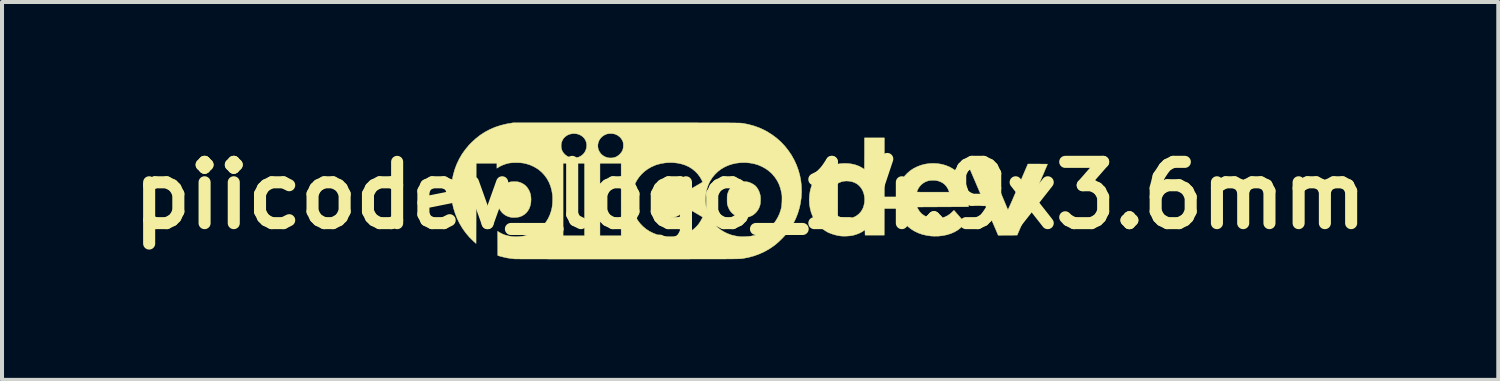
<source format=kicad_pcb>
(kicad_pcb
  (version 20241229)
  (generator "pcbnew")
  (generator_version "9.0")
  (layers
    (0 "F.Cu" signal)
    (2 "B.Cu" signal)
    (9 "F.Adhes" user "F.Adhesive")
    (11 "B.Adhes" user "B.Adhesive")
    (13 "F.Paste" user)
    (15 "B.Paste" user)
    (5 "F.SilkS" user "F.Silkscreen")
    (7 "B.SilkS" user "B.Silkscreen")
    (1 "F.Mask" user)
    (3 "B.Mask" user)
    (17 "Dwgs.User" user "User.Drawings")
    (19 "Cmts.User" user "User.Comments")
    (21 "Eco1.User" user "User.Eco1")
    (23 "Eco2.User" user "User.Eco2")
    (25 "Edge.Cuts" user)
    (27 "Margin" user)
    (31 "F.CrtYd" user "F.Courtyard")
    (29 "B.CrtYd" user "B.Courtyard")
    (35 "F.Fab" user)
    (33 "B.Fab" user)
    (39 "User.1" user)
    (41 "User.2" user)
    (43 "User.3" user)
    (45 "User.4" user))
  (footprint "piicodev_logo_14.9x3.6mm"
    (layer "F.Cu")
    (at 15.61 1.811)
    (property "Reference" "piicodev_logo_14.9x3.6mm" (at 0 0 0) (layer "F.SilkS") (effects (font (size 1.524 1.524) (thickness 0.3))))
    (attr through_hole)
    (fp_poly (pts (xy -5.81 -0.341) (xy -5.77 -0.336) (xy -5.755 -0.333) (xy -5.689 -0.309) (xy -5.629 -0.276) (xy -5.577 -0.233) (xy -5.533 -0.181) (xy -5.5 -0.124) (xy -5.478 -0.074) (xy -5.463 -0.026) (xy -5.455 0.023) (xy -5.451 0.079) (xy -5.45 0.102) (xy -5.455 0.181) (xy -5.47 0.255) (xy -5.494 0.321) (xy -5.527 0.381) (xy -5.569 0.433) (xy -5.619 0.476) (xy -5.676 0.51) (xy -5.741 0.535) (xy -5.746 0.536) (xy -5.773 0.541) (xy -5.808 0.545) (xy -5.847 0.548) (xy -5.886 0.549) (xy -5.921 0.548) (xy -5.948 0.546) (xy -5.949 0.545) (xy -6.018 0.527) (xy -6.081 0.498) (xy -6.137 0.459) (xy -6.165 0.434) (xy -6.21 0.379) (xy -6.245 0.318) (xy -6.269 0.25) (xy -6.283 0.176) (xy -6.287 0.095) (xy -6.286 0.072) (xy -6.277 -0.006) (xy -6.258 -0.077) (xy -6.229 -0.142) (xy -6.192 -0.198) (xy -6.145 -0.246) (xy -6.091 -0.286) (xy -6.028 -0.317) (xy -5.978 -0.333) (xy -5.943 -0.339) (xy -5.9 -0.342) (xy -5.854 -0.343) (xy -5.81 -0.341)) (stroke (width 0.01) (type solid)) (fill yes) (layer "F.SilkS"))
    (fp_poly (pts (xy -0.104 -0.341) (xy -0.065 -0.336) (xy -0.05 -0.333) (xy -0.008 -0.319) (xy 0.035 -0.3) (xy 0.076 -0.277) (xy 0.111 -0.254) (xy 0.122 -0.245) (xy 0.162 -0.203) (xy 0.196 -0.151) (xy 0.225 -0.092) (xy 0.245 -0.029) (xy 0.254 0.014) (xy 0.258 0.05) (xy 0.259 0.092) (xy 0.258 0.138) (xy 0.255 0.182) (xy 0.25 0.221) (xy 0.245 0.245) (xy 0.22 0.314) (xy 0.185 0.375) (xy 0.141 0.429) (xy 0.137 0.433) (xy 0.089 0.475) (xy 0.038 0.507) (xy -0.017 0.529) (xy -0.078 0.543) (xy -0.142 0.549) (xy -0.199 0.549) (xy -0.246 0.544) (xy -0.257 0.542) (xy -0.283 0.535) (xy -0.314 0.524) (xy -0.345 0.511) (xy -0.357 0.505) (xy -0.414 0.47) (xy -0.463 0.426) (xy -0.505 0.372) (xy -0.538 0.308) (xy -0.559 0.254) (xy -0.564 0.235) (xy -0.568 0.217) (xy -0.571 0.198) (xy -0.572 0.175) (xy -0.573 0.145) (xy -0.573 0.105) (xy -0.573 0.102) (xy -0.573 0.062) (xy -0.572 0.031) (xy -0.571 0.007) (xy -0.568 -0.012) (xy -0.564 -0.03) (xy -0.559 -0.049) (xy -0.559 -0.05) (xy -0.531 -0.12) (xy -0.495 -0.181) (xy -0.451 -0.233) (xy -0.398 -0.276) (xy -0.338 -0.309) (xy -0.273 -0.332) (xy -0.238 -0.339) (xy -0.195 -0.342) (xy -0.149 -0.343) (xy -0.104 -0.341)) (stroke (width 0.01) (type solid)) (fill yes) (layer "F.SilkS"))
    (fp_poly (pts (xy 5.946 -0.751) (xy 5.95 -0.741) (xy 5.959 -0.721) (xy 5.971 -0.691) (xy 5.988 -0.651) (xy 6.008 -0.604) (xy 6.03 -0.55) (xy 6.056 -0.489) (xy 6.083 -0.423) (xy 6.113 -0.352) (xy 6.144 -0.278) (xy 6.177 -0.2) (xy 6.183 -0.186) (xy 6.215 -0.108) (xy 6.246 -0.034) (xy 6.276 0.036) (xy 6.303 0.101) (xy 6.328 0.161) (xy 6.351 0.214) (xy 6.37 0.261) (xy 6.386 0.299) (xy 6.398 0.328) (xy 6.407 0.348) (xy 6.411 0.357) (xy 6.411 0.358) (xy 6.414 0.354) (xy 6.422 0.339) (xy 6.433 0.315) (xy 6.448 0.283) (xy 6.466 0.244) (xy 6.486 0.199) (xy 6.509 0.148) (xy 6.533 0.093) (xy 6.54 0.076) (xy 6.57 0.006) (xy 6.604 -0.073) (xy 6.64 -0.156) (xy 6.676 -0.24) (xy 6.712 -0.324) (xy 6.747 -0.403) (xy 6.778 -0.476) (xy 6.787 -0.497) (xy 6.909 -0.781) (xy 7.153 -0.781) (xy 7.207 -0.781) (xy 7.256 -0.78) (xy 7.3 -0.78) (xy 7.338 -0.78) (xy 7.367 -0.779) (xy 7.387 -0.779) (xy 7.396 -0.778) (xy 7.397 -0.778) (xy 7.395 -0.772) (xy 7.388 -0.756) (xy 7.376 -0.729) (xy 7.361 -0.693) (xy 7.341 -0.647) (xy 7.319 -0.594) (xy 7.293 -0.532) (xy 7.263 -0.464) (xy 7.231 -0.389) (xy 7.197 -0.308) (xy 7.16 -0.223) (xy 7.121 -0.132) (xy 7.081 -0.037) (xy 7.039 0.061) (xy 7.02 0.106) (xy 6.642 0.988) (xy 6.406 0.99) (xy 6.171 0.991) (xy 6.162 0.971) (xy 6.159 0.963) (xy 6.151 0.945) (xy 6.138 0.916) (xy 6.122 0.877) (xy 6.102 0.83) (xy 6.078 0.775) (xy 6.051 0.712) (xy 6.021 0.643) (xy 5.989 0.567) (xy 5.954 0.485) (xy 5.917 0.398) (xy 5.878 0.308) (xy 5.838 0.213) (xy 5.796 0.115) (xy 5.787 0.094) (xy 5.745 -0.004) (xy 5.704 -0.099) (xy 5.665 -0.19) (xy 5.628 -0.277) (xy 5.593 -0.359) (xy 5.56 -0.435) (xy 5.53 -0.506) (xy 5.503 -0.569) (xy 5.479 -0.625) (xy 5.459 -0.673) (xy 5.442 -0.712) (xy 5.429 -0.742) (xy 5.421 -0.762) (xy 5.417 -0.771) (xy 5.417 -0.772) (xy 5.417 -0.774) (xy 5.421 -0.776) (xy 5.429 -0.777) (xy 5.443 -0.778) (xy 5.464 -0.779) (xy 5.492 -0.78) (xy 5.529 -0.78) (xy 5.575 -0.78) (xy 5.632 -0.781) (xy 5.673 -0.781) (xy 5.933 -0.781) (xy 5.946 -0.751)) (stroke (width 0.01) (type solid)) (fill yes) (layer "F.SilkS"))
    (fp_poly (pts (xy 3.338 -0.221) (xy 3.336 0.988) (xy 2.859 0.988) (xy 2.857 0.921) (xy 2.856 0.855) (xy 2.828 0.876) (xy 2.784 0.905) (xy 2.731 0.933) (xy 2.672 0.958) (xy 2.611 0.979) (xy 2.551 0.995) (xy 2.525 1) (xy 2.481 1.006) (xy 2.429 1.01) (xy 2.374 1.013) (xy 2.321 1.013) (xy 2.275 1.011) (xy 2.261 1.01) (xy 2.18 0.998) (xy 2.098 0.978) (xy 2.019 0.953) (xy 1.947 0.924) (xy 1.932 0.917) (xy 1.879 0.886) (xy 1.824 0.849) (xy 1.77 0.806) (xy 1.722 0.762) (xy 1.722 0.762) (xy 1.657 0.689) (xy 1.602 0.608) (xy 1.556 0.521) (xy 1.519 0.427) (xy 1.493 0.329) (xy 1.476 0.227) (xy 1.47 0.123) (xy 1.471 0.09) (xy 1.971 0.09) (xy 1.972 0.135) (xy 1.975 0.179) (xy 1.979 0.219) (xy 1.985 0.25) (xy 1.986 0.251) (xy 2.011 0.322) (xy 2.046 0.385) (xy 2.09 0.44) (xy 2.142 0.487) (xy 2.202 0.525) (xy 2.269 0.552) (xy 2.288 0.558) (xy 2.309 0.563) (xy 2.33 0.566) (xy 2.354 0.568) (xy 2.383 0.568) (xy 2.422 0.568) (xy 2.46 0.566) (xy 2.489 0.565) (xy 2.512 0.562) (xy 2.532 0.557) (xy 2.552 0.551) (xy 2.558 0.55) (xy 2.612 0.527) (xy 2.659 0.498) (xy 2.704 0.461) (xy 2.717 0.449) (xy 2.761 0.398) (xy 2.795 0.342) (xy 2.821 0.28) (xy 2.838 0.21) (xy 2.845 0.161) (xy 2.848 0.083) (xy 2.84 0.008) (xy 2.822 -0.063) (xy 2.795 -0.129) (xy 2.758 -0.189) (xy 2.713 -0.241) (xy 2.66 -0.285) (xy 2.651 -0.291) (xy 2.593 -0.321) (xy 2.529 -0.343) (xy 2.46 -0.355) (xy 2.39 -0.359) (xy 2.321 -0.352) (xy 2.283 -0.343) (xy 2.218 -0.32) (xy 2.159 -0.286) (xy 2.106 -0.242) (xy 2.061 -0.19) (xy 2.023 -0.131) (xy 1.995 -0.065) (xy 1.977 0.007) (xy 1.976 0.014) (xy 1.972 0.049) (xy 1.971 0.09) (xy 1.471 0.09) (xy 1.474 0.016) (xy 1.489 -0.092) (xy 1.503 -0.156) (xy 1.533 -0.254) (xy 1.574 -0.346) (xy 1.625 -0.431) (xy 1.685 -0.508) (xy 1.754 -0.578) (xy 1.831 -0.639) (xy 1.915 -0.69) (xy 2.007 -0.732) (xy 2.046 -0.746) (xy 2.143 -0.773) (xy 2.24 -0.79) (xy 2.338 -0.797) (xy 2.434 -0.794) (xy 2.527 -0.782) (xy 2.616 -0.761) (xy 2.699 -0.731) (xy 2.776 -0.691) (xy 2.802 -0.675) (xy 2.82 -0.663) (xy 2.834 -0.654) (xy 2.84 -0.65) (xy 2.84 -0.65) (xy 2.841 -0.657) (xy 2.841 -0.674) (xy 2.842 -0.702) (xy 2.842 -0.738) (xy 2.843 -0.784) (xy 2.843 -0.836) (xy 2.843 -0.894) (xy 2.843 -0.958) (xy 2.844 -1.025) (xy 2.844 -1.041) (xy 2.844 -1.431) (xy 3.339 -1.431) (xy 3.338 -0.221)) (stroke (width 0.01) (type solid)) (fill yes) (layer "F.SilkS"))
    (fp_poly (pts (xy 4.662 -0.792) (xy 4.765 -0.775) (xy 4.866 -0.747) (xy 4.867 -0.746) (xy 4.96 -0.708) (xy 5.047 -0.659) (xy 5.127 -0.601) (xy 5.199 -0.534) (xy 5.263 -0.458) (xy 5.317 -0.375) (xy 5.362 -0.285) (xy 5.387 -0.219) (xy 5.405 -0.162) (xy 5.418 -0.109) (xy 5.427 -0.057) (xy 5.433 0.000254) (xy 5.437 0.065) (xy 5.437 0.074) (xy 5.438 0.114) (xy 5.438 0.154) (xy 5.437 0.19) (xy 5.436 0.219) (xy 5.435 0.232) (xy 5.43 0.282) (xy 4.79 0.285) (xy 4.15 0.288) (xy 4.172 0.331) (xy 4.21 0.393) (xy 4.256 0.447) (xy 4.312 0.491) (xy 4.376 0.527) (xy 4.45 0.554) (xy 4.464 0.558) (xy 4.502 0.566) (xy 4.549 0.571) (xy 4.601 0.573) (xy 4.654 0.573) (xy 4.705 0.57) (xy 4.75 0.564) (xy 4.771 0.559) (xy 4.844 0.536) (xy 4.911 0.503) (xy 4.972 0.461) (xy 5.023 0.415) (xy 5.041 0.397) (xy 5.057 0.382) (xy 5.067 0.373) (xy 5.069 0.372) (xy 5.074 0.376) (xy 5.086 0.389) (xy 5.104 0.409) (xy 5.127 0.435) (xy 5.155 0.467) (xy 5.185 0.502) (xy 5.21 0.53) (xy 5.347 0.689) (xy 5.321 0.719) (xy 5.292 0.751) (xy 5.257 0.785) (xy 5.22 0.818) (xy 5.184 0.848) (xy 5.161 0.864) (xy 5.08 0.911) (xy 4.992 0.949) (xy 4.896 0.979) (xy 4.795 1) (xy 4.69 1.012) (xy 4.582 1.014) (xy 4.497 1.01) (xy 4.386 0.994) (xy 4.28 0.969) (xy 4.181 0.934) (xy 4.088 0.889) (xy 4.002 0.836) (xy 3.924 0.774) (xy 3.855 0.704) (xy 3.794 0.625) (xy 3.743 0.54) (xy 3.74 0.535) (xy 3.707 0.464) (xy 3.682 0.395) (xy 3.663 0.324) (xy 3.65 0.248) (xy 3.643 0.185) (xy 3.639 0.079) (xy 3.647 -0.024) (xy 3.659 -0.088) (xy 4.148 -0.088) (xy 4.148 -0.085) (xy 4.155 -0.085) (xy 4.173 -0.084) (xy 4.201 -0.083) (xy 4.239 -0.082) (xy 4.284 -0.082) (xy 4.337 -0.081) (xy 4.396 -0.081) (xy 4.46 -0.081) (xy 4.528 -0.081) (xy 4.551 -0.081) (xy 4.951 -0.081) (xy 4.947 -0.098) (xy 4.943 -0.111) (xy 4.934 -0.131) (xy 4.923 -0.156) (xy 4.919 -0.165) (xy 4.885 -0.221) (xy 4.842 -0.27) (xy 4.791 -0.31) (xy 4.732 -0.341) (xy 4.668 -0.363) (xy 4.599 -0.375) (xy 4.527 -0.376) (xy 4.526 -0.376) (xy 4.494 -0.373) (xy 4.462 -0.369) (xy 4.435 -0.365) (xy 4.427 -0.363) (xy 4.363 -0.34) (xy 4.305 -0.306) (xy 4.253 -0.264) (xy 4.213 -0.218) (xy 4.198 -0.197) (xy 4.183 -0.172) (xy 4.17 -0.146) (xy 4.159 -0.122) (xy 4.151 -0.102) (xy 4.148 -0.088) (xy 3.659 -0.088) (xy 3.665 -0.125) (xy 3.695 -0.221) (xy 3.734 -0.314) (xy 3.783 -0.4) (xy 3.842 -0.481) (xy 3.91 -0.553) (xy 3.982 -0.615) (xy 4.066 -0.671) (xy 4.157 -0.716) (xy 4.252 -0.752) (xy 4.352 -0.778) (xy 4.454 -0.793) (xy 4.558 -0.798) (xy 4.662 -0.792)) (stroke (width 0.01) (type solid)) (fill yes) (layer "F.SilkS"))
    (fp_poly (pts (xy -2.856 -1.806) (xy -2.645 -1.806) (xy -2.446 -1.806) (xy -2.258 -1.806) (xy -2.081 -1.806) (xy -1.915 -1.806) (xy -1.759 -1.806) (xy -1.613 -1.806) (xy -1.476 -1.806) (xy -1.349 -1.806) (xy -1.231 -1.805) (xy -1.122 -1.805) (xy -1.021 -1.805) (xy -0.927 -1.805) (xy -0.842 -1.805) (xy -0.763 -1.805) (xy -0.692 -1.804) (xy -0.627 -1.804) (xy -0.568 -1.804) (xy -0.515 -1.804) (xy -0.467 -1.803) (xy -0.425 -1.803) (xy -0.388 -1.803) (xy -0.355 -1.802) (xy -0.326 -1.802) (xy -0.301 -1.801) (xy -0.279 -1.801) (xy -0.261 -1.8) (xy -0.245 -1.799) (xy -0.232 -1.799) (xy -0.221 -1.798) (xy -0.211 -1.797) (xy -0.203 -1.797) (xy -0.196 -1.796) (xy -0.19 -1.795) (xy -0.189 -1.795) (xy -0.044 -1.767) (xy 0.096 -1.729) (xy 0.229 -1.681) (xy 0.356 -1.623) (xy 0.424 -1.586) (xy 0.546 -1.509) (xy 0.66 -1.424) (xy 0.765 -1.33) (xy 0.861 -1.229) (xy 0.947 -1.121) (xy 1.025 -1.007) (xy 1.092 -0.888) (xy 1.15 -0.763) (xy 1.198 -0.634) (xy 1.235 -0.502) (xy 1.261 -0.367) (xy 1.276 -0.229) (xy 1.28 -0.09) (xy 1.272 0.05) (xy 1.252 0.191) (xy 1.227 0.307) (xy 1.185 0.446) (xy 1.132 0.58) (xy 1.068 0.708) (xy 0.993 0.832) (xy 0.94 0.906) (xy 0.904 0.951) (xy 0.861 1.001) (xy 0.812 1.053) (xy 0.76 1.105) (xy 0.708 1.155) (xy 0.657 1.2) (xy 0.611 1.237) (xy 0.603 1.244) (xy 0.485 1.325) (xy 0.362 1.395) (xy 0.234 1.454) (xy 0.101 1.503) (xy -0.038 1.541) (xy -0.185 1.569) (xy -0.202 1.572) (xy -0.208 1.572) (xy -0.216 1.573) (xy -0.224 1.574) (xy -0.234 1.575) (xy -0.247 1.575) (xy -0.261 1.576) (xy -0.278 1.577) (xy -0.298 1.577) (xy -0.322 1.578) (xy -0.349 1.578) (xy -0.38 1.579) (xy -0.416 1.579) (xy -0.456 1.58) (xy -0.502 1.58) (xy -0.552 1.58) (xy -0.609 1.581) (xy -0.672 1.581) (xy -0.741 1.581) (xy -0.817 1.581) (xy -0.9 1.582) (xy -0.991 1.582) (xy -1.089 1.582) (xy -1.196 1.582) (xy -1.311 1.582) (xy -1.435 1.582) (xy -1.568 1.583) (xy -1.711 1.583) (xy -1.864 1.583) (xy -2.027 1.583) (xy -2.201 1.583) (xy -2.385 1.583) (xy -2.581 1.583) (xy -2.789 1.583) (xy -3.009 1.583) (xy -3.036 1.583) (xy -3.22 1.583) (xy -3.402 1.583) (xy -3.581 1.583) (xy -3.756 1.583) (xy -3.927 1.583) (xy -4.093 1.583) (xy -4.255 1.583) (xy -4.411 1.583) (xy -4.562 1.583) (xy -4.706 1.583) (xy -4.844 1.583) (xy -4.975 1.583) (xy -5.098 1.582) (xy -5.214 1.582) (xy -5.322 1.582) (xy -5.421 1.582) (xy -5.511 1.581) (xy -5.592 1.581) (xy -5.663 1.581) (xy -5.723 1.581) (xy -5.774 1.58) (xy -5.813 1.58) (xy -5.841 1.58) (xy -5.857 1.579) (xy -5.86 1.579) (xy -5.951 1.569) (xy -6.047 1.554) (xy -6.142 1.533) (xy -6.23 1.51) (xy -6.242 1.506) (xy -6.279 1.494) (xy -6.28 1.193) (xy -6.282 0.892) (xy -6.246 0.915) (xy -6.175 0.954) (xy -6.096 0.985) (xy -6.01 1.008) (xy -5.92 1.022) (xy -5.826 1.027) (xy -5.741 1.023) (xy -5.656 1.014) (xy -5.58 0.999) (xy -5.508 0.979) (xy -5.438 0.952) (xy -5.381 0.925) (xy -5.294 0.873) (xy -5.214 0.813) (xy -5.143 0.743) (xy -5.081 0.666) (xy -5.027 0.58) (xy -4.983 0.487) (xy -4.949 0.387) (xy -4.931 0.311) (xy -4.924 0.268) (xy -4.919 0.216) (xy -4.915 0.159) (xy -4.914 0.101) (xy -4.914 0.046) (xy -4.917 -0.004) (xy -4.919 -0.023) (xy -4.937 -0.13) (xy -4.965 -0.232) (xy -5.004 -0.327) (xy -5.053 -0.416) (xy -5.111 -0.497) (xy -5.178 -0.571) (xy -5.254 -0.636) (xy -5.296 -0.666) (xy -5.38 -0.715) (xy -5.468 -0.755) (xy -5.564 -0.786) (xy -5.623 -0.799) (xy -4.653 -0.799) (xy -4.653 1.004) (xy -4.12 1.004) (xy -4.12 -0.799) (xy -3.736 -0.799) (xy -3.736 1.004) (xy -3.209 1.004) (xy -3.209 0.125) (xy -2.948 0.125) (xy -2.94 0.23) (xy -2.92 0.337) (xy -2.889 0.437) (xy -2.848 0.531) (xy -2.798 0.618) (xy -2.738 0.698) (xy -2.669 0.77) (xy -2.592 0.835) (xy -2.507 0.891) (xy -2.414 0.938) (xy -2.315 0.976) (xy -2.208 1.004) (xy -2.1 1.021) (xy -2.044 1.026) (xy -1.982 1.027) (xy -1.921 1.026) (xy -1.872 1.022) (xy -1.764 1.005) (xy -1.664 0.979) (xy -1.57 0.942) (xy -1.484 0.896) (xy -1.405 0.839) (xy -1.358 0.797) (xy -1.313 0.751) (xy -1.276 0.705) (xy -1.243 0.655) (xy -1.212 0.603) (xy -1.179 0.54) (xy -1.386 0.418) (xy -1.432 0.391) (xy -1.474 0.367) (xy -1.512 0.345) (xy -1.544 0.326) (xy -1.57 0.312) (xy -1.587 0.303) (xy -1.595 0.299) (xy -1.595 0.299) (xy -1.599 0.304) (xy -1.608 0.318) (xy -1.621 0.338) (xy -1.631 0.354) (xy -1.677 0.414) (xy -1.729 0.464) (xy -1.785 0.502) (xy -1.847 0.529) (xy -1.915 0.545) (xy -1.987 0.55) (xy -2.007 0.549) (xy -2.077 0.542) (xy -2.138 0.527) (xy -2.193 0.504) (xy -2.244 0.471) (xy -2.289 0.431) (xy -2.328 0.387) (xy -2.359 0.34) (xy -2.383 0.288) (xy -2.398 0.238) (xy -2.407 0.196) (xy -2.411 0.15) (xy -1.111 0.15) (xy -1.101 0.254) (xy -1.079 0.356) (xy -1.047 0.455) (xy -1.009 0.539) (xy -0.957 0.628) (xy -0.895 0.709) (xy -0.824 0.782) (xy -0.746 0.846) (xy -0.66 0.901) (xy -0.568 0.947) (xy -0.471 0.983) (xy -0.368 1.008) (xy -0.319 1.016) (xy -0.293 1.019) (xy -0.269 1.022) (xy -0.253 1.025) (xy -0.251 1.025) (xy -0.231 1.026) (xy -0.202 1.027) (xy -0.167 1.026) (xy -0.127 1.025) (xy -0.086 1.023) (xy -0.047 1.02) (xy -0.012 1.017) (xy 0.015 1.014) (xy 0.022 1.013) (xy 0.131 0.988) (xy 0.233 0.953) (xy 0.329 0.909) (xy 0.416 0.855) (xy 0.496 0.792) (xy 0.568 0.721) (xy 0.631 0.641) (xy 0.684 0.554) (xy 0.729 0.46) (xy 0.763 0.358) (xy 0.775 0.308) (xy 0.781 0.277) (xy 0.785 0.242) (xy 0.788 0.201) (xy 0.791 0.15) (xy 0.791 0.133) (xy 0.792 0.088) (xy 0.792 0.053) (xy 0.792 0.023) (xy 0.79 -0.003) (xy 0.786 -0.03) (xy 0.781 -0.06) (xy 0.781 -0.061) (xy 0.757 -0.166) (xy 0.723 -0.265) (xy 0.678 -0.358) (xy 0.622 -0.444) (xy 0.556 -0.524) (xy 0.519 -0.561) (xy 0.456 -0.616) (xy 0.39 -0.663) (xy 0.316 -0.705) (xy 0.285 -0.721) (xy 0.195 -0.759) (xy 0.103 -0.786) (xy 0.006 -0.805) (xy -0.097 -0.815) (xy -0.118 -0.816) (xy -0.23 -0.815) (xy -0.339 -0.803) (xy -0.444 -0.78) (xy -0.543 -0.748) (xy -0.636 -0.706) (xy -0.724 -0.654) (xy -0.804 -0.593) (xy -0.876 -0.523) (xy -0.94 -0.446) (xy -0.995 -0.36) (xy -1 -0.351) (xy -1.044 -0.257) (xy -1.077 -0.159) (xy -1.1 -0.058) (xy -1.111 0.046) (xy -1.111 0.15) (xy -2.411 0.15) (xy -2.411 0.146) (xy -2.412 0.093) (xy -2.41 0.041) (xy -2.404 -0.007) (xy -2.398 -0.033) (xy -2.374 -0.103) (xy -2.34 -0.165) (xy -2.297 -0.219) (xy -2.245 -0.264) (xy -2.186 -0.3) (xy -2.118 -0.326) (xy -2.109 -0.329) (xy -2.066 -0.338) (xy -2.017 -0.343) (xy -1.966 -0.343) (xy -1.917 -0.34) (xy -1.877 -0.333) (xy -1.812 -0.31) (xy -1.753 -0.276) (xy -1.7 -0.233) (xy -1.652 -0.178) (xy -1.635 -0.153) (xy -1.619 -0.13) (xy -1.605 -0.112) (xy -1.594 -0.1) (xy -1.589 -0.097) (xy -1.583 -0.1) (xy -1.567 -0.108) (xy -1.544 -0.122) (xy -1.514 -0.138) (xy -1.479 -0.158) (xy -1.442 -0.18) (xy -1.402 -0.203) (xy -1.361 -0.227) (xy -1.322 -0.25) (xy -1.285 -0.271) (xy -1.251 -0.291) (xy -1.223 -0.307) (xy -1.202 -0.32) (xy -1.19 -0.328) (xy -1.186 -0.333) (xy -1.186 -0.341) (xy -1.191 -0.355) (xy -1.199 -0.373) (xy -1.244 -0.453) (xy -1.299 -0.528) (xy -1.364 -0.596) (xy -1.437 -0.657) (xy -1.518 -0.708) (xy -1.53 -0.715) (xy -1.617 -0.754) (xy -1.71 -0.783) (xy -1.808 -0.804) (xy -1.909 -0.815) (xy -2.013 -0.817) (xy -2.117 -0.809) (xy -2.22 -0.792) (xy -2.319 -0.766) (xy -2.364 -0.75) (xy -2.461 -0.707) (xy -2.55 -0.655) (xy -2.632 -0.594) (xy -2.705 -0.525) (xy -2.77 -0.448) (xy -2.825 -0.365) (xy -2.87 -0.276) (xy -2.906 -0.182) (xy -2.931 -0.084) (xy -2.945 0.019) (xy -2.948 0.125) (xy -3.209 0.125) (xy -3.209 -0.799) (xy -3.736 -0.799) (xy -4.12 -0.799) (xy -4.653 -0.799) (xy -5.623 -0.799) (xy -5.641 -0.803) (xy -5.676 -0.808) (xy -5.72 -0.812) (xy -5.77 -0.814) (xy -5.823 -0.815) (xy -5.875 -0.814) (xy -5.923 -0.812) (xy -5.965 -0.808) (xy -5.997 -0.804) (xy -6.072 -0.785) (xy -6.143 -0.76) (xy -6.208 -0.731) (xy -6.264 -0.699) (xy -6.272 -0.694) (xy -6.3 -0.675) (xy -6.3 -0.799) (xy -6.815 -0.799) (xy -6.816 0.199) (xy -6.818 1.196) (xy -6.883 1.138) (xy -6.981 1.042) (xy -7.07 0.937) (xy -7.152 0.824) (xy -7.224 0.704) (xy -7.286 0.579) (xy -7.338 0.448) (xy -7.38 0.314) (xy -7.393 0.257) (xy -7.405 0.201) (xy -7.414 0.151) (xy -7.421 0.102) (xy -7.426 0.053) (xy -7.429 0.00005) (xy -7.43 -0.06) (xy -7.43 -0.115) (xy -7.43 -0.169) (xy -7.429 -0.213) (xy -7.428 -0.249) (xy -7.426 -0.282) (xy -7.423 -0.312) (xy -7.419 -0.343) (xy -7.417 -0.356) (xy -7.388 -0.503) (xy -7.349 -0.643) (xy -7.299 -0.777) (xy -7.238 -0.905) (xy -7.167 -1.027) (xy -7.084 -1.143) (xy -7.005 -1.237) (xy -4.702 -1.237) (xy -4.697 -1.177) (xy -4.682 -1.123) (xy -4.656 -1.074) (xy -4.618 -1.028) (xy -4.607 -1.017) (xy -4.558 -0.98) (xy -4.504 -0.952) (xy -4.445 -0.936) (xy -4.383 -0.931) (xy -4.32 -0.938) (xy -4.315 -0.939) (xy -4.255 -0.957) (xy -4.202 -0.986) (xy -4.155 -1.024) (xy -4.118 -1.07) (xy -4.099 -1.104) (xy -4.077 -1.161) (xy -4.067 -1.217) (xy -3.789 -1.217) (xy -3.78 -1.16) (xy -3.772 -1.134) (xy -3.745 -1.08) (xy -3.71 -1.033) (xy -3.666 -0.994) (xy -3.616 -0.964) (xy -3.561 -0.943) (xy -3.502 -0.932) (xy -3.441 -0.932) (xy -3.4 -0.938) (xy -3.349 -0.953) (xy -3.305 -0.975) (xy -3.263 -1.006) (xy -3.243 -1.025) (xy -3.207 -1.066) (xy -3.18 -1.108) (xy -3.164 -1.153) (xy -3.155 -1.203) (xy -3.154 -1.261) (xy -3.154 -1.263) (xy -3.156 -1.294) (xy -3.16 -1.317) (xy -3.165 -1.337) (xy -3.174 -1.358) (xy -3.177 -1.363) (xy -3.208 -1.416) (xy -3.25 -1.46) (xy -3.299 -1.496) (xy -3.355 -1.522) (xy -3.364 -1.525) (xy -3.405 -1.534) (xy -3.453 -1.538) (xy -3.502 -1.538) (xy -3.547 -1.532) (xy -3.575 -1.524) (xy -3.63 -1.499) (xy -3.679 -1.466) (xy -3.72 -1.425) (xy -3.752 -1.378) (xy -3.774 -1.327) (xy -3.787 -1.273) (xy -3.789 -1.217) (xy -4.067 -1.217) (xy -4.066 -1.218) (xy -4.067 -1.274) (xy -4.078 -1.327) (xy -4.098 -1.377) (xy -4.127 -1.422) (xy -4.165 -1.461) (xy -4.21 -1.493) (xy -4.262 -1.518) (xy -4.32 -1.533) (xy -4.383 -1.539) (xy -4.383 -1.539) (xy -4.446 -1.533) (xy -4.504 -1.518) (xy -4.557 -1.493) (xy -4.603 -1.459) (xy -4.642 -1.418) (xy -4.671 -1.37) (xy -4.692 -1.316) (xy -4.701 -1.258) (xy -4.702 -1.237) (xy -7.005 -1.237) (xy -6.991 -1.254) (xy -6.936 -1.311) (xy -6.829 -1.41) (xy -6.717 -1.498) (xy -6.599 -1.575) (xy -6.475 -1.641) (xy -6.345 -1.697) (xy -6.208 -1.742) (xy -6.065 -1.777) (xy -5.981 -1.792) (xy -5.895 -1.806) (xy -3.079 -1.806) (xy -2.856 -1.806)) (stroke (width 0.01) (type solid)) (fill yes) (layer "F.SilkS")))
  (gr_rect
    (start -3 -3)
    (end 34.22 6.399)
    (stroke (width 0.1) (type default))
    (fill no)
    (layer "Edge.Cuts")))
</source>
